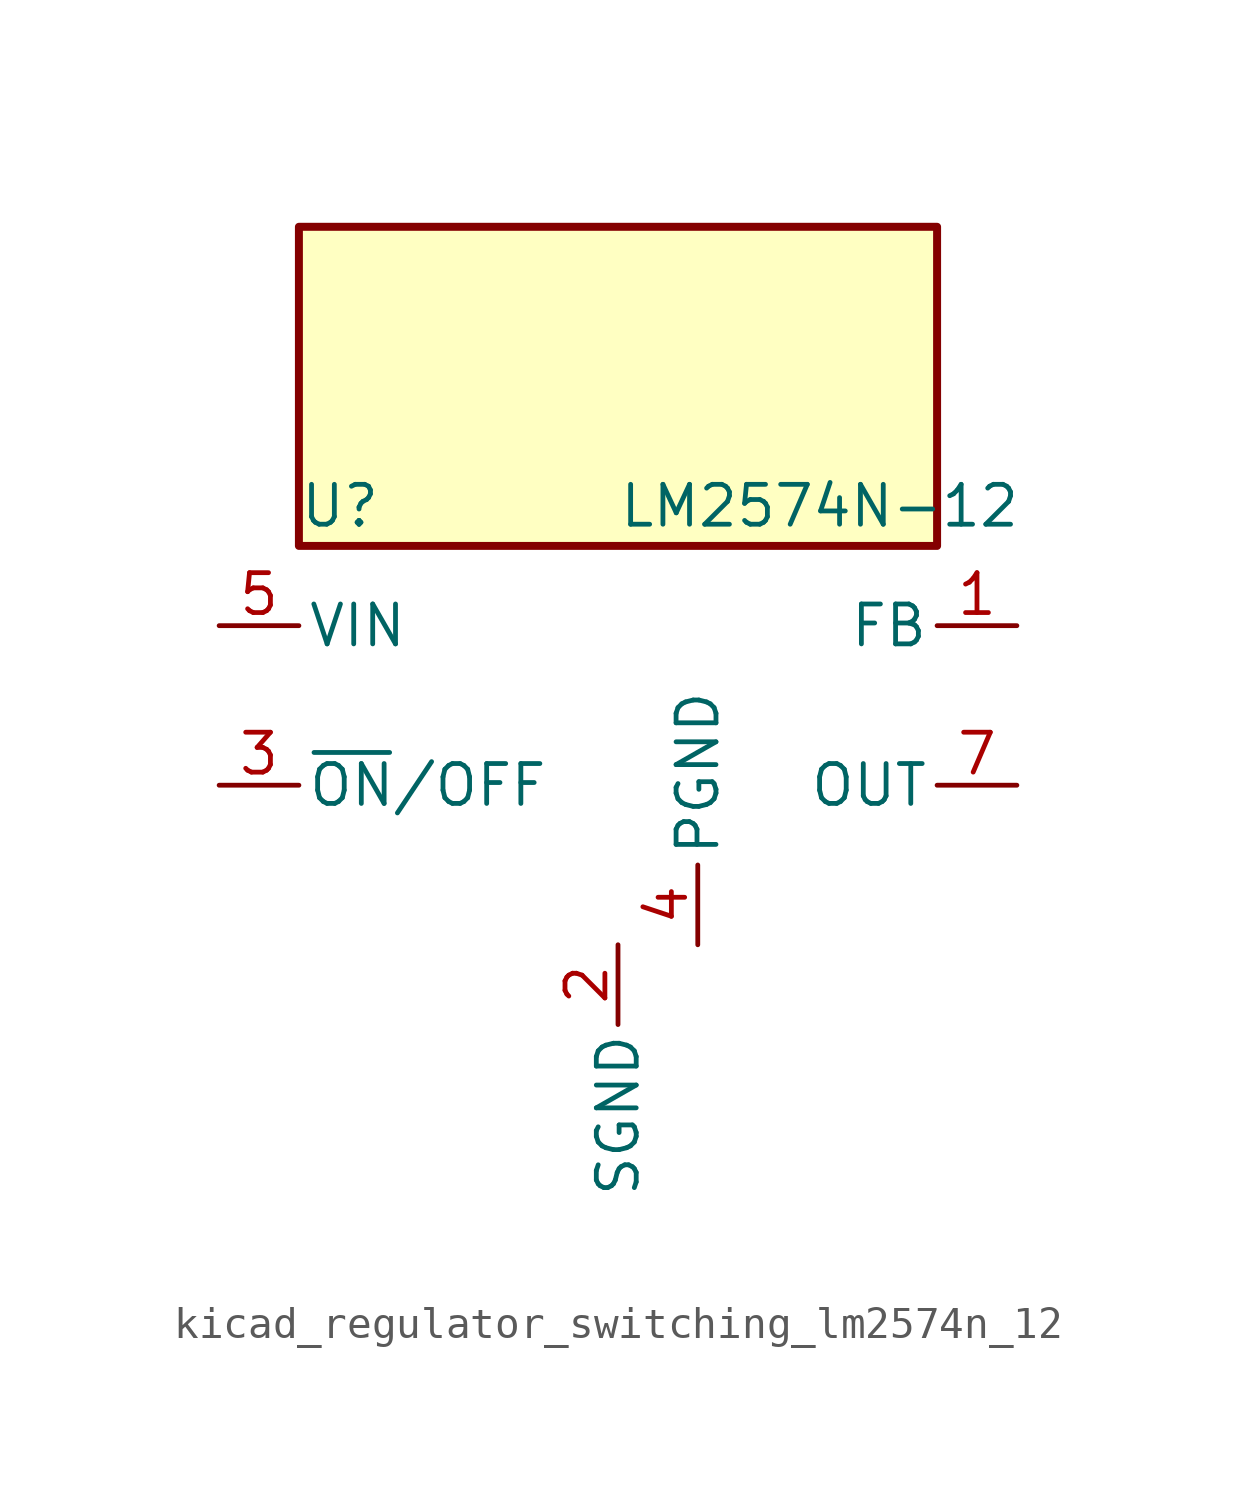
<source format=kicad_sym>
(kicad_symbol_lib
  (version 20220914)
  (generator kicad_symbol_editor)
  (symbol "kicad_regulator_switching_lm2574n_12"
    (pin_names
      (offset 0.254))
    (property "Reference" "U"
      (at -10.16 6.35 0)
      (effects (font (size 1.27 1.27)) (justify left)))
    (property "Value" "LM2574N-12"
      (at 0 6.35 0)
      (effects (font (size 1.27 1.27)) (justify left)))
    (symbol "kicad_regulator_switching_lm2574n_12_0_1"
      (rectangle (start 10.16 15.24) (end -10.16 5.08) (stroke (width 0.254) (type default)) (fill (type background))))
    (symbol "kicad_regulator_switching_lm2574n_12_1_1"
      (pin input line (at 12.7 2.54 180) (length 2.54) (name "FB" (effects (font (size 1.27 1.27)))) (number "1" (effects (font (size 1.27 1.27)))))
      (pin power_in line (at 0 -7.62 270) (length 2.54) (name "SGND" (effects (font (size 1.27 1.27)))) (number "2" (effects (font (size 1.27 1.27)))))
      (pin input line (at -12.7 -2.54 0) (length 2.54) (name "~{ON}/OFF" (effects (font (size 1.27 1.27)))) (number "3" (effects (font (size 1.27 1.27)))))
      (pin power_in line (at 2.54 -7.62 90) (length 2.54) (name "PGND" (effects (font (size 1.27 1.27)))) (number "4" (effects (font (size 1.27 1.27)))))
      (pin power_in line (at -12.7 2.54 0) (length 2.54) (name "VIN" (effects (font (size 1.27 1.27)))) (number "5" (effects (font (size 1.27 1.27)))))
      (pin no_connect line (at -10.16 0 0) (length 2.54) hide (name "NC" (effects (font (size 1.27 1.27)))) (number "6" (effects (font (size 1.27 1.27)))))
      (pin output line (at 12.7 -2.54 180) (length 2.54) (name "OUT" (effects (font (size 1.27 1.27)))) (number "7" (effects (font (size 1.27 1.27)))))
      (pin no_connect line (at 10.16 0 180) (length 2.54) hide (name "NC" (effects (font (size 1.27 1.27)))) (number "8" (effects (font (size 1.27 1.27))))))))
</source>
